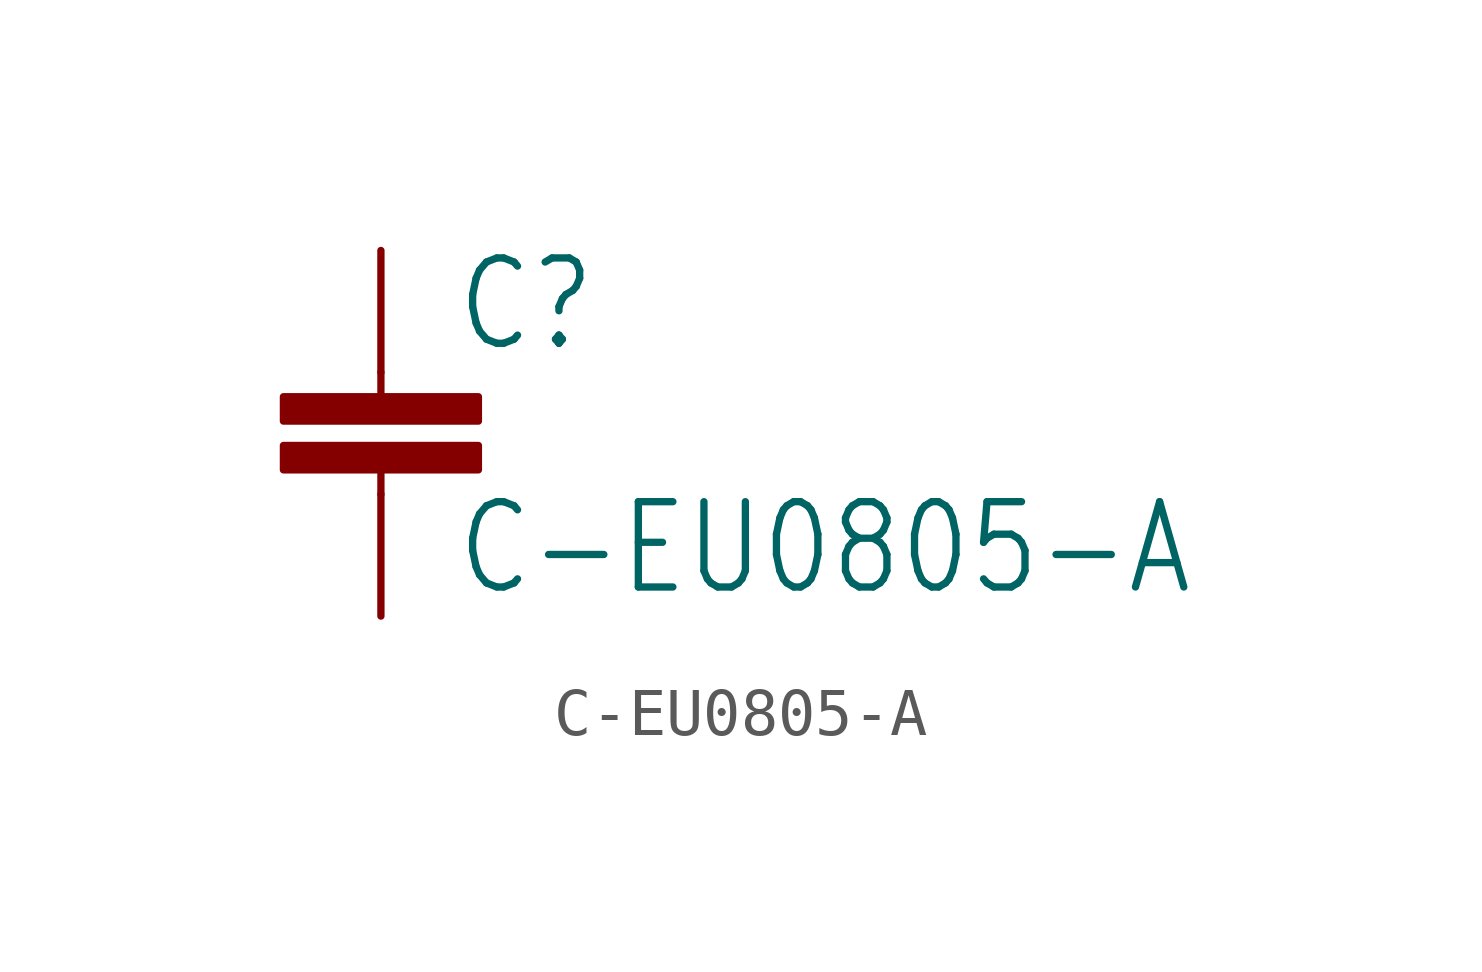
<source format=kicad_sym>
(kicad_symbol_lib
  (version 20201005)
  (generator kicad_symbol_editor)
  (symbol "pirt:C-EU0805-A"
    (property "Reference" "C"
      (at 1.524 0.381 0)
      (effects (font (size 1.778 1.511)) (justify left bottom)))
    (property "Value" "C-EU0805-A"
      (at 1.524 -4.699 0)
      (effects (font (size 1.778 1.511)) (justify left bottom)))
    (property "ki_locked" ""
      (at 0 0 0)
      (effects (font (size 1.27 1.27))))
    (symbol "C-EU0805-A_1_0"
      (rectangle (start -2.032 -2.032) (end 2.032 -1.524) (stroke (width 0)) (fill (type outline)))
      (rectangle (start -2.032 -1.016) (end 2.032 -0.508) (stroke (width 0)) (fill (type outline)))
      (polyline (pts (xy 0 -2.54) (xy 0 -2.032)) (stroke (width 0.152)) (fill (type none)))
      (polyline (pts (xy 0 0) (xy 0 -0.508)) (stroke (width 0.152)) (fill (type none)))
      (pin passive line (at 0 2.54 270) (length 2.54) (name "1" (effects (font (size 0 0)))) (number "1" (effects (font (size 0 0)))))
      (pin passive line (at 0 -5.08 90) (length 2.54) (name "2" (effects (font (size 0 0)))) (number "2" (effects (font (size 0 0))))))))
</source>
